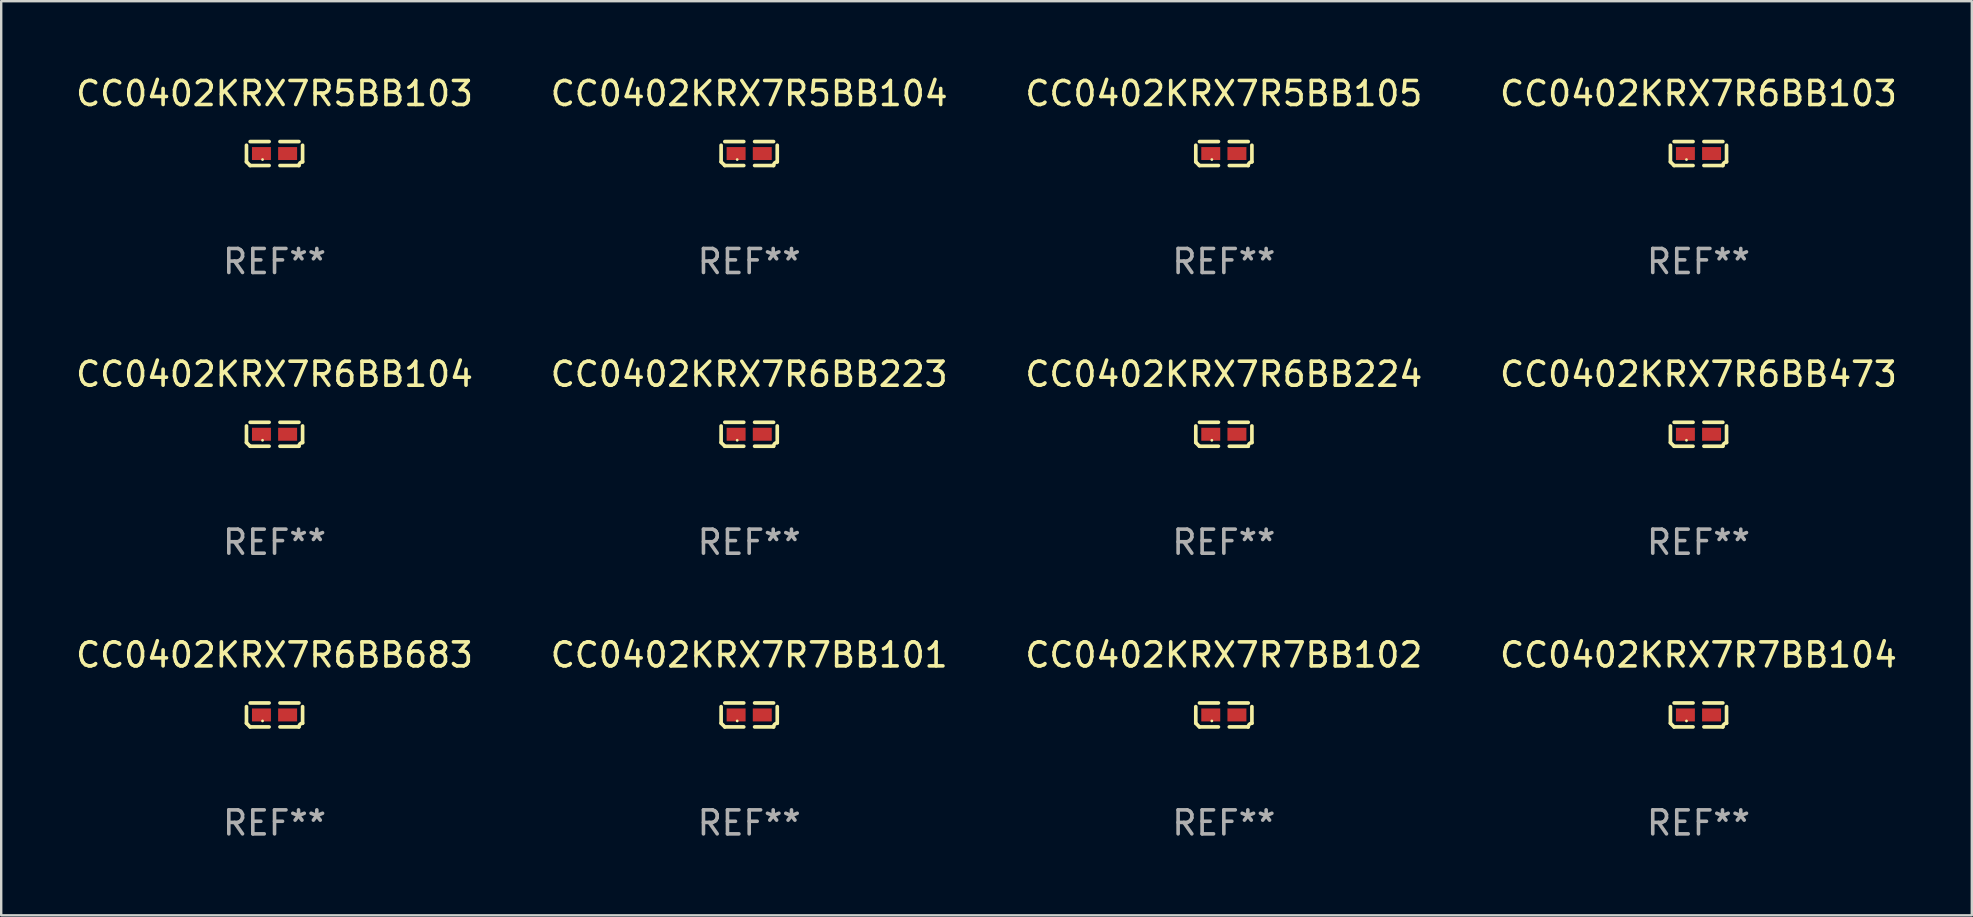
<source format=kicad_pcb>
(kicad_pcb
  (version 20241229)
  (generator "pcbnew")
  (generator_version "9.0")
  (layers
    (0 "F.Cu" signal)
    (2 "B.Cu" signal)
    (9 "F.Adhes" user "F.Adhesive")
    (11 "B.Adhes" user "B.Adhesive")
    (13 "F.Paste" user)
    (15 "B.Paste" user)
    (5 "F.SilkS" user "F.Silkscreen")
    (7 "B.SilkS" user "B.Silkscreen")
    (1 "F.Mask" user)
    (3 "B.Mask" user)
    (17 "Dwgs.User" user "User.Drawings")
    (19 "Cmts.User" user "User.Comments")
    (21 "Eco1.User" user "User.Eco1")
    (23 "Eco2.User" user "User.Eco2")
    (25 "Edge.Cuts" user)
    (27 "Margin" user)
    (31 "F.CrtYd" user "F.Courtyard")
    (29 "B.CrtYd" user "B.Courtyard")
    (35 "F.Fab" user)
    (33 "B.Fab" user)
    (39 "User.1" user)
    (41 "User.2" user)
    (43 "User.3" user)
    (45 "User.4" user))
  (footprint "CC0402KRX7R5BB103"
    (layer "F.Cu")
    (at 8.387 3.347)
    (property "Reference" "CC0402KRX7R5BB103" (at 0 -2.499 0) (layer "F.SilkS") (effects (font (size 1 1) (thickness 0.15))))
    (attr through_hole)
    (fp_line (start -1.169 0.346) (end -1.169 -0.346) (stroke (width 0.152) (type solid)) (layer "F.SilkS"))
    (fp_line (start -1.016 -0.499) (end -0.226 -0.499) (stroke (width 0.152) (type solid)) (layer "F.SilkS"))
    (fp_line (start -0.226 0.499) (end -1.016 0.499) (stroke (width 0.152) (type solid)) (layer "F.SilkS"))
    (fp_line (start 0.226 0.499) (end 1.016 0.499) (stroke (width 0.152) (type solid)) (layer "F.SilkS"))
    (fp_line (start 1.016 -0.499) (end 0.226 -0.499) (stroke (width 0.152) (type solid)) (layer "F.SilkS"))
    (fp_line (start 1.169 0.346) (end 1.169 -0.346) (stroke (width 0.152) (type solid)) (layer "F.SilkS"))
    (fp_arc (start -1.016307 0.498603) (mid -1.092512 0.422405) (end -1.16871 0.3462) (stroke (width 0.1524) (type solid)) (layer "F.SilkS"))
    (fp_arc (start 1.016307 0.498603) (mid 1.060899 0.390758) (end 1.168707 0.346076) (stroke (width 0.1524) (type solid)) (layer "F.SilkS"))
    (fp_circle (center -0.5 0.25) (end -0.47 0.25) (stroke (width 0.06) (type solid)) (fill no) (layer "F.SilkS"))
    (fp_text user "REF**" (at 0 4.499 0) (layer "F.Fab") (effects (font (size 1 1) (thickness 0.15))))
    (pad "1" smd rect (at -0.545 0) (size 0.79 0.54) (layers "F.Cu" "F.Mask" "F.Paste"))
    (pad "2" smd rect (at 0.545 0) (size 0.79 0.54) (layers "F.Cu" "F.Mask" "F.Paste")))
  (footprint "CC0402KRX7R7BB101"
    (layer "F.Cu")
    (at 28.161 26.734)
    (property "Reference" "CC0402KRX7R7BB101" (at 0 -2.499 0) (layer "F.SilkS") (effects (font (size 1 1) (thickness 0.15))))
    (attr through_hole)
    (fp_line (start -1.169 0.346) (end -1.169 -0.346) (stroke (width 0.152) (type solid)) (layer "F.SilkS"))
    (fp_line (start -1.016 -0.499) (end -0.226 -0.499) (stroke (width 0.152) (type solid)) (layer "F.SilkS"))
    (fp_line (start -0.226 0.499) (end -1.016 0.499) (stroke (width 0.152) (type solid)) (layer "F.SilkS"))
    (fp_line (start 0.226 0.499) (end 1.016 0.499) (stroke (width 0.152) (type solid)) (layer "F.SilkS"))
    (fp_line (start 1.016 -0.499) (end 0.226 -0.499) (stroke (width 0.152) (type solid)) (layer "F.SilkS"))
    (fp_line (start 1.169 0.346) (end 1.169 -0.346) (stroke (width 0.152) (type solid)) (layer "F.SilkS"))
    (fp_arc (start -1.016307 0.498603) (mid -1.092512 0.422405) (end -1.16871 0.3462) (stroke (width 0.1524) (type solid)) (layer "F.SilkS"))
    (fp_arc (start 1.016307 0.498603) (mid 1.060899 0.390758) (end 1.168707 0.346076) (stroke (width 0.1524) (type solid)) (layer "F.SilkS"))
    (fp_circle (center -0.5 0.25) (end -0.47 0.25) (stroke (width 0.06) (type solid)) (fill no) (layer "F.SilkS"))
    (fp_text user "REF**" (at 0 4.499 0) (layer "F.Fab") (effects (font (size 1 1) (thickness 0.15))))
    (pad "1" smd rect (at -0.545 0) (size 0.79 0.54) (layers "F.Cu" "F.Mask" "F.Paste"))
    (pad "2" smd rect (at 0.545 0) (size 0.79 0.54) (layers "F.Cu" "F.Mask" "F.Paste")))
  (footprint "CC0402KRX7R6BB683"
    (layer "F.Cu")
    (at 8.387 26.734)
    (property "Reference" "CC0402KRX7R6BB683" (at 0 -2.499 0) (layer "F.SilkS") (effects (font (size 1 1) (thickness 0.15))))
    (attr through_hole)
    (fp_line (start -1.169 0.346) (end -1.169 -0.346) (stroke (width 0.152) (type solid)) (layer "F.SilkS"))
    (fp_line (start -1.016 -0.499) (end -0.226 -0.499) (stroke (width 0.152) (type solid)) (layer "F.SilkS"))
    (fp_line (start -0.226 0.499) (end -1.016 0.499) (stroke (width 0.152) (type solid)) (layer "F.SilkS"))
    (fp_line (start 0.226 0.499) (end 1.016 0.499) (stroke (width 0.152) (type solid)) (layer "F.SilkS"))
    (fp_line (start 1.016 -0.499) (end 0.226 -0.499) (stroke (width 0.152) (type solid)) (layer "F.SilkS"))
    (fp_line (start 1.169 0.346) (end 1.169 -0.346) (stroke (width 0.152) (type solid)) (layer "F.SilkS"))
    (fp_arc (start -1.016307 0.498603) (mid -1.092512 0.422405) (end -1.16871 0.3462) (stroke (width 0.1524) (type solid)) (layer "F.SilkS"))
    (fp_arc (start 1.016307 0.498603) (mid 1.060899 0.390758) (end 1.168707 0.346076) (stroke (width 0.1524) (type solid)) (layer "F.SilkS"))
    (fp_circle (center -0.5 0.25) (end -0.47 0.25) (stroke (width 0.06) (type solid)) (fill no) (layer "F.SilkS"))
    (fp_text user "REF**" (at 0 4.499 0) (layer "F.Fab") (effects (font (size 1 1) (thickness 0.15))))
    (pad "1" smd rect (at -0.545 0) (size 0.79 0.54) (layers "F.Cu" "F.Mask" "F.Paste"))
    (pad "2" smd rect (at 0.545 0) (size 0.79 0.54) (layers "F.Cu" "F.Mask" "F.Paste")))
  (footprint "CC0402KRX7R6BB103"
    (layer "F.Cu")
    (at 67.708 3.347)
    (property "Reference" "CC0402KRX7R6BB103" (at 0 -2.499 0) (layer "F.SilkS") (effects (font (size 1 1) (thickness 0.15))))
    (attr through_hole)
    (fp_line (start -1.169 0.346) (end -1.169 -0.346) (stroke (width 0.152) (type solid)) (layer "F.SilkS"))
    (fp_line (start -1.016 -0.499) (end -0.226 -0.499) (stroke (width 0.152) (type solid)) (layer "F.SilkS"))
    (fp_line (start -0.226 0.499) (end -1.016 0.499) (stroke (width 0.152) (type solid)) (layer "F.SilkS"))
    (fp_line (start 0.226 0.499) (end 1.016 0.499) (stroke (width 0.152) (type solid)) (layer "F.SilkS"))
    (fp_line (start 1.016 -0.499) (end 0.226 -0.499) (stroke (width 0.152) (type solid)) (layer "F.SilkS"))
    (fp_line (start 1.169 0.346) (end 1.169 -0.346) (stroke (width 0.152) (type solid)) (layer "F.SilkS"))
    (fp_arc (start -1.016307 0.498603) (mid -1.092512 0.422405) (end -1.16871 0.3462) (stroke (width 0.1524) (type solid)) (layer "F.SilkS"))
    (fp_arc (start 1.016307 0.498603) (mid 1.060899 0.390758) (end 1.168707 0.346076) (stroke (width 0.1524) (type solid)) (layer "F.SilkS"))
    (fp_circle (center -0.5 0.25) (end -0.47 0.25) (stroke (width 0.06) (type solid)) (fill no) (layer "F.SilkS"))
    (fp_text user "REF**" (at 0 4.499 0) (layer "F.Fab") (effects (font (size 1 1) (thickness 0.15))))
    (pad "1" smd rect (at -0.545 0) (size 0.79 0.54) (layers "F.Cu" "F.Mask" "F.Paste"))
    (pad "2" smd rect (at 0.545 0) (size 0.79 0.54) (layers "F.Cu" "F.Mask" "F.Paste")))
  (footprint "CC0402KRX7R7BB102"
    (layer "F.Cu")
    (at 47.935 26.734)
    (property "Reference" "CC0402KRX7R7BB102" (at 0 -2.499 0) (layer "F.SilkS") (effects (font (size 1 1) (thickness 0.15))))
    (attr through_hole)
    (fp_line (start -1.169 0.346) (end -1.169 -0.346) (stroke (width 0.152) (type solid)) (layer "F.SilkS"))
    (fp_line (start -1.016 -0.499) (end -0.226 -0.499) (stroke (width 0.152) (type solid)) (layer "F.SilkS"))
    (fp_line (start -0.226 0.499) (end -1.016 0.499) (stroke (width 0.152) (type solid)) (layer "F.SilkS"))
    (fp_line (start 0.226 0.499) (end 1.016 0.499) (stroke (width 0.152) (type solid)) (layer "F.SilkS"))
    (fp_line (start 1.016 -0.499) (end 0.226 -0.499) (stroke (width 0.152) (type solid)) (layer "F.SilkS"))
    (fp_line (start 1.169 0.346) (end 1.169 -0.346) (stroke (width 0.152) (type solid)) (layer "F.SilkS"))
    (fp_arc (start -1.016307 0.498603) (mid -1.092512 0.422405) (end -1.16871 0.3462) (stroke (width 0.1524) (type solid)) (layer "F.SilkS"))
    (fp_arc (start 1.016307 0.498603) (mid 1.060899 0.390758) (end 1.168707 0.346076) (stroke (width 0.1524) (type solid)) (layer "F.SilkS"))
    (fp_circle (center -0.5 0.25) (end -0.47 0.25) (stroke (width 0.06) (type solid)) (fill no) (layer "F.SilkS"))
    (fp_text user "REF**" (at 0 4.499 0) (layer "F.Fab") (effects (font (size 1 1) (thickness 0.15))))
    (pad "1" smd rect (at -0.545 0) (size 0.79 0.54) (layers "F.Cu" "F.Mask" "F.Paste"))
    (pad "2" smd rect (at 0.545 0) (size 0.79 0.54) (layers "F.Cu" "F.Mask" "F.Paste")))
  (footprint "CC0402KRX7R5BB104"
    (layer "F.Cu")
    (at 28.161 3.347)
    (property "Reference" "CC0402KRX7R5BB104" (at 0 -2.499 0) (layer "F.SilkS") (effects (font (size 1 1) (thickness 0.15))))
    (attr through_hole)
    (fp_line (start -1.169 0.346) (end -1.169 -0.346) (stroke (width 0.152) (type solid)) (layer "F.SilkS"))
    (fp_line (start -1.016 -0.499) (end -0.226 -0.499) (stroke (width 0.152) (type solid)) (layer "F.SilkS"))
    (fp_line (start -0.226 0.499) (end -1.016 0.499) (stroke (width 0.152) (type solid)) (layer "F.SilkS"))
    (fp_line (start 0.226 0.499) (end 1.016 0.499) (stroke (width 0.152) (type solid)) (layer "F.SilkS"))
    (fp_line (start 1.016 -0.499) (end 0.226 -0.499) (stroke (width 0.152) (type solid)) (layer "F.SilkS"))
    (fp_line (start 1.169 0.346) (end 1.169 -0.346) (stroke (width 0.152) (type solid)) (layer "F.SilkS"))
    (fp_arc (start -1.016307 0.498603) (mid -1.092512 0.422405) (end -1.16871 0.3462) (stroke (width 0.1524) (type solid)) (layer "F.SilkS"))
    (fp_arc (start 1.016307 0.498603) (mid 1.060899 0.390758) (end 1.168707 0.346076) (stroke (width 0.1524) (type solid)) (layer "F.SilkS"))
    (fp_circle (center -0.5 0.25) (end -0.47 0.25) (stroke (width 0.06) (type solid)) (fill no) (layer "F.SilkS"))
    (fp_text user "REF**" (at 0 4.499 0) (layer "F.Fab") (effects (font (size 1 1) (thickness 0.15))))
    (pad "1" smd rect (at -0.545 0) (size 0.79 0.54) (layers "F.Cu" "F.Mask" "F.Paste"))
    (pad "2" smd rect (at 0.545 0) (size 0.79 0.54) (layers "F.Cu" "F.Mask" "F.Paste")))
  (footprint "CC0402KRX7R6BB224"
    (layer "F.Cu")
    (at 47.935 15.041)
    (property "Reference" "CC0402KRX7R6BB224" (at 0 -2.499 0) (layer "F.SilkS") (effects (font (size 1 1) (thickness 0.15))))
    (attr through_hole)
    (fp_line (start -1.169 0.346) (end -1.169 -0.346) (stroke (width 0.152) (type solid)) (layer "F.SilkS"))
    (fp_line (start -1.016 -0.499) (end -0.226 -0.499) (stroke (width 0.152) (type solid)) (layer "F.SilkS"))
    (fp_line (start -0.226 0.499) (end -1.016 0.499) (stroke (width 0.152) (type solid)) (layer "F.SilkS"))
    (fp_line (start 0.226 0.499) (end 1.016 0.499) (stroke (width 0.152) (type solid)) (layer "F.SilkS"))
    (fp_line (start 1.016 -0.499) (end 0.226 -0.499) (stroke (width 0.152) (type solid)) (layer "F.SilkS"))
    (fp_line (start 1.169 0.346) (end 1.169 -0.346) (stroke (width 0.152) (type solid)) (layer "F.SilkS"))
    (fp_arc (start -1.016307 0.498603) (mid -1.092512 0.422405) (end -1.16871 0.3462) (stroke (width 0.1524) (type solid)) (layer "F.SilkS"))
    (fp_arc (start 1.016307 0.498603) (mid 1.060899 0.390758) (end 1.168707 0.346076) (stroke (width 0.1524) (type solid)) (layer "F.SilkS"))
    (fp_circle (center -0.5 0.25) (end -0.47 0.25) (stroke (width 0.06) (type solid)) (fill no) (layer "F.SilkS"))
    (fp_text user "REF**" (at 0 4.499 0) (layer "F.Fab") (effects (font (size 1 1) (thickness 0.15))))
    (pad "1" smd rect (at -0.545 0) (size 0.79 0.54) (layers "F.Cu" "F.Mask" "F.Paste"))
    (pad "2" smd rect (at 0.545 0) (size 0.79 0.54) (layers "F.Cu" "F.Mask" "F.Paste")))
  (footprint "CC0402KRX7R5BB105"
    (layer "F.Cu")
    (at 47.935 3.347)
    (property "Reference" "CC0402KRX7R5BB105" (at 0 -2.499 0) (layer "F.SilkS") (effects (font (size 1 1) (thickness 0.15))))
    (attr through_hole)
    (fp_line (start -1.169 0.346) (end -1.169 -0.346) (stroke (width 0.152) (type solid)) (layer "F.SilkS"))
    (fp_line (start -1.016 -0.499) (end -0.226 -0.499) (stroke (width 0.152) (type solid)) (layer "F.SilkS"))
    (fp_line (start -0.226 0.499) (end -1.016 0.499) (stroke (width 0.152) (type solid)) (layer "F.SilkS"))
    (fp_line (start 0.226 0.499) (end 1.016 0.499) (stroke (width 0.152) (type solid)) (layer "F.SilkS"))
    (fp_line (start 1.016 -0.499) (end 0.226 -0.499) (stroke (width 0.152) (type solid)) (layer "F.SilkS"))
    (fp_line (start 1.169 0.346) (end 1.169 -0.346) (stroke (width 0.152) (type solid)) (layer "F.SilkS"))
    (fp_arc (start -1.016307 0.498603) (mid -1.092512 0.422405) (end -1.16871 0.3462) (stroke (width 0.1524) (type solid)) (layer "F.SilkS"))
    (fp_arc (start 1.016307 0.498603) (mid 1.060899 0.390758) (end 1.168707 0.346076) (stroke (width 0.1524) (type solid)) (layer "F.SilkS"))
    (fp_circle (center -0.5 0.25) (end -0.47 0.25) (stroke (width 0.06) (type solid)) (fill no) (layer "F.SilkS"))
    (fp_text user "REF**" (at 0 4.499 0) (layer "F.Fab") (effects (font (size 1 1) (thickness 0.15))))
    (pad "1" smd rect (at -0.545 0) (size 0.79 0.54) (layers "F.Cu" "F.Mask" "F.Paste"))
    (pad "2" smd rect (at 0.545 0) (size 0.79 0.54) (layers "F.Cu" "F.Mask" "F.Paste")))
  (footprint "CC0402KRX7R6BB473"
    (layer "F.Cu")
    (at 67.708 15.041)
    (property "Reference" "CC0402KRX7R6BB473" (at 0 -2.499 0) (layer "F.SilkS") (effects (font (size 1 1) (thickness 0.15))))
    (attr through_hole)
    (fp_line (start -1.169 0.346) (end -1.169 -0.346) (stroke (width 0.152) (type solid)) (layer "F.SilkS"))
    (fp_line (start -1.016 -0.499) (end -0.226 -0.499) (stroke (width 0.152) (type solid)) (layer "F.SilkS"))
    (fp_line (start -0.226 0.499) (end -1.016 0.499) (stroke (width 0.152) (type solid)) (layer "F.SilkS"))
    (fp_line (start 0.226 0.499) (end 1.016 0.499) (stroke (width 0.152) (type solid)) (layer "F.SilkS"))
    (fp_line (start 1.016 -0.499) (end 0.226 -0.499) (stroke (width 0.152) (type solid)) (layer "F.SilkS"))
    (fp_line (start 1.169 0.346) (end 1.169 -0.346) (stroke (width 0.152) (type solid)) (layer "F.SilkS"))
    (fp_arc (start -1.016307 0.498603) (mid -1.092512 0.422405) (end -1.16871 0.3462) (stroke (width 0.1524) (type solid)) (layer "F.SilkS"))
    (fp_arc (start 1.016307 0.498603) (mid 1.060899 0.390758) (end 1.168707 0.346076) (stroke (width 0.1524) (type solid)) (layer "F.SilkS"))
    (fp_circle (center -0.5 0.25) (end -0.47 0.25) (stroke (width 0.06) (type solid)) (fill no) (layer "F.SilkS"))
    (fp_text user "REF**" (at 0 4.499 0) (layer "F.Fab") (effects (font (size 1 1) (thickness 0.15))))
    (pad "1" smd rect (at -0.545 0) (size 0.79 0.54) (layers "F.Cu" "F.Mask" "F.Paste"))
    (pad "2" smd rect (at 0.545 0) (size 0.79 0.54) (layers "F.Cu" "F.Mask" "F.Paste")))
  (footprint "CC0402KRX7R7BB104"
    (layer "F.Cu")
    (at 67.708 26.734)
    (property "Reference" "CC0402KRX7R7BB104" (at 0 -2.499 0) (layer "F.SilkS") (effects (font (size 1 1) (thickness 0.15))))
    (attr through_hole)
    (fp_line (start -1.169 0.346) (end -1.169 -0.346) (stroke (width 0.152) (type solid)) (layer "F.SilkS"))
    (fp_line (start -1.016 -0.499) (end -0.226 -0.499) (stroke (width 0.152) (type solid)) (layer "F.SilkS"))
    (fp_line (start -0.226 0.499) (end -1.016 0.499) (stroke (width 0.152) (type solid)) (layer "F.SilkS"))
    (fp_line (start 0.226 0.499) (end 1.016 0.499) (stroke (width 0.152) (type solid)) (layer "F.SilkS"))
    (fp_line (start 1.016 -0.499) (end 0.226 -0.499) (stroke (width 0.152) (type solid)) (layer "F.SilkS"))
    (fp_line (start 1.169 0.346) (end 1.169 -0.346) (stroke (width 0.152) (type solid)) (layer "F.SilkS"))
    (fp_arc (start -1.016307 0.498603) (mid -1.092512 0.422405) (end -1.16871 0.3462) (stroke (width 0.1524) (type solid)) (layer "F.SilkS"))
    (fp_arc (start 1.016307 0.498603) (mid 1.060899 0.390758) (end 1.168707 0.346076) (stroke (width 0.1524) (type solid)) (layer "F.SilkS"))
    (fp_circle (center -0.5 0.25) (end -0.47 0.25) (stroke (width 0.06) (type solid)) (fill no) (layer "F.SilkS"))
    (fp_text user "REF**" (at 0 4.499 0) (layer "F.Fab") (effects (font (size 1 1) (thickness 0.15))))
    (pad "1" smd rect (at -0.545 0) (size 0.79 0.54) (layers "F.Cu" "F.Mask" "F.Paste"))
    (pad "2" smd rect (at 0.545 0) (size 0.79 0.54) (layers "F.Cu" "F.Mask" "F.Paste")))
  (footprint "CC0402KRX7R6BB223"
    (layer "F.Cu")
    (at 28.161 15.041)
    (property "Reference" "CC0402KRX7R6BB223" (at 0 -2.499 0) (layer "F.SilkS") (effects (font (size 1 1) (thickness 0.15))))
    (attr through_hole)
    (fp_line (start -1.169 0.346) (end -1.169 -0.346) (stroke (width 0.152) (type solid)) (layer "F.SilkS"))
    (fp_line (start -1.016 -0.499) (end -0.226 -0.499) (stroke (width 0.152) (type solid)) (layer "F.SilkS"))
    (fp_line (start -0.226 0.499) (end -1.016 0.499) (stroke (width 0.152) (type solid)) (layer "F.SilkS"))
    (fp_line (start 0.226 0.499) (end 1.016 0.499) (stroke (width 0.152) (type solid)) (layer "F.SilkS"))
    (fp_line (start 1.016 -0.499) (end 0.226 -0.499) (stroke (width 0.152) (type solid)) (layer "F.SilkS"))
    (fp_line (start 1.169 0.346) (end 1.169 -0.346) (stroke (width 0.152) (type solid)) (layer "F.SilkS"))
    (fp_arc (start -1.016307 0.498603) (mid -1.092512 0.422405) (end -1.16871 0.3462) (stroke (width 0.1524) (type solid)) (layer "F.SilkS"))
    (fp_arc (start 1.016307 0.498603) (mid 1.060899 0.390758) (end 1.168707 0.346076) (stroke (width 0.1524) (type solid)) (layer "F.SilkS"))
    (fp_circle (center -0.5 0.25) (end -0.47 0.25) (stroke (width 0.06) (type solid)) (fill no) (layer "F.SilkS"))
    (fp_text user "REF**" (at 0 4.499 0) (layer "F.Fab") (effects (font (size 1 1) (thickness 0.15))))
    (pad "1" smd rect (at -0.545 0) (size 0.79 0.54) (layers "F.Cu" "F.Mask" "F.Paste"))
    (pad "2" smd rect (at 0.545 0) (size 0.79 0.54) (layers "F.Cu" "F.Mask" "F.Paste")))
  (footprint "CC0402KRX7R6BB104"
    (layer "F.Cu")
    (at 8.387 15.041)
    (property "Reference" "CC0402KRX7R6BB104" (at 0 -2.499 0) (layer "F.SilkS") (effects (font (size 1 1) (thickness 0.15))))
    (attr through_hole)
    (fp_line (start -1.169 0.346) (end -1.169 -0.346) (stroke (width 0.152) (type solid)) (layer "F.SilkS"))
    (fp_line (start -1.016 -0.499) (end -0.226 -0.499) (stroke (width 0.152) (type solid)) (layer "F.SilkS"))
    (fp_line (start -0.226 0.499) (end -1.016 0.499) (stroke (width 0.152) (type solid)) (layer "F.SilkS"))
    (fp_line (start 0.226 0.499) (end 1.016 0.499) (stroke (width 0.152) (type solid)) (layer "F.SilkS"))
    (fp_line (start 1.016 -0.499) (end 0.226 -0.499) (stroke (width 0.152) (type solid)) (layer "F.SilkS"))
    (fp_line (start 1.169 0.346) (end 1.169 -0.346) (stroke (width 0.152) (type solid)) (layer "F.SilkS"))
    (fp_arc (start -1.016307 0.498603) (mid -1.092512 0.422405) (end -1.16871 0.3462) (stroke (width 0.1524) (type solid)) (layer "F.SilkS"))
    (fp_arc (start 1.016307 0.498603) (mid 1.060899 0.390758) (end 1.168707 0.346076) (stroke (width 0.1524) (type solid)) (layer "F.SilkS"))
    (fp_circle (center -0.5 0.25) (end -0.47 0.25) (stroke (width 0.06) (type solid)) (fill no) (layer "F.SilkS"))
    (fp_text user "REF**" (at 0 4.499 0) (layer "F.Fab") (effects (font (size 1 1) (thickness 0.15))))
    (pad "1" smd rect (at -0.545 0) (size 0.79 0.54) (layers "F.Cu" "F.Mask" "F.Paste"))
    (pad "2" smd rect (at 0.545 0) (size 0.79 0.54) (layers "F.Cu" "F.Mask" "F.Paste")))
  (gr_rect
    (start -3 -3)
    (end 79.095 35.081)
    (stroke (width 0.1) (type default))
    (fill no)
    (layer "Edge.Cuts")))
</source>
